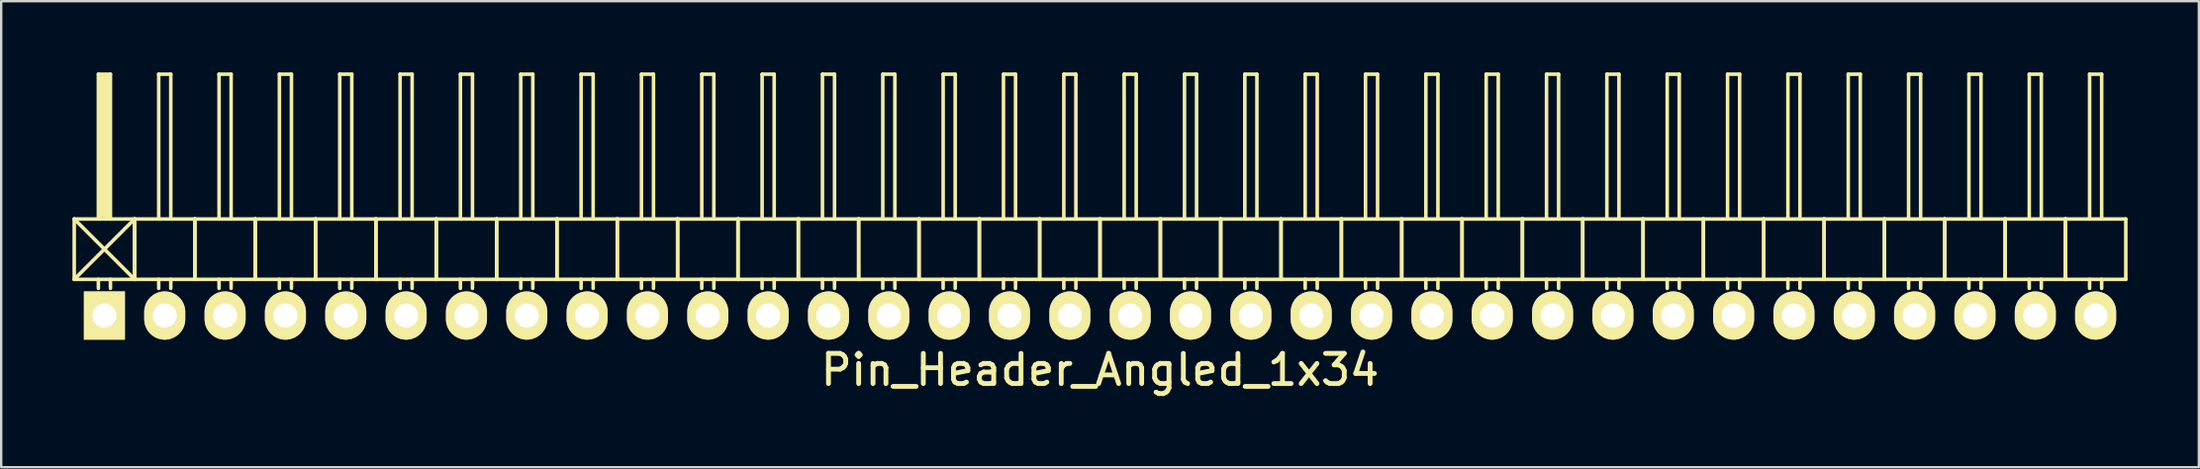
<source format=kicad_pcb>
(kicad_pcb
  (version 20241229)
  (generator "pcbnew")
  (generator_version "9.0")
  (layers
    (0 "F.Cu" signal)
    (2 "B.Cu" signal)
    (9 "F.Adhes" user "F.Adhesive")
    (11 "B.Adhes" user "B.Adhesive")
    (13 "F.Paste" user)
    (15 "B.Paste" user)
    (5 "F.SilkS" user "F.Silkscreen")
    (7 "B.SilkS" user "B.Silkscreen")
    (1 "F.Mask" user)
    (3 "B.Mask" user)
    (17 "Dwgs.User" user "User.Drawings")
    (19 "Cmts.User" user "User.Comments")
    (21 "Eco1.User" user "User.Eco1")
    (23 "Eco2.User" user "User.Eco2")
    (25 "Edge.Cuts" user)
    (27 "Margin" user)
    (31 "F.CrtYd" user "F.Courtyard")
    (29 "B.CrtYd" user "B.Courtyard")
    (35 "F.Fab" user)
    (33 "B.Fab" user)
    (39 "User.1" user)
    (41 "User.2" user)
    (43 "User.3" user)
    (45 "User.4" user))
  (footprint "Pin_Header_Angled_1x34"
    (layer "F.Cu")
    (at 43.255 10.235)
    (property "Reference" "Pin_Header_Angled_1x34" (at 0 2.286 0) (layer "F.SilkS") (effects (font (size 1.27 1.27) (thickness 0.203))))
    (attr through_hole)
    (fp_line (start -43.18 -4.064) (end -40.64 -1.524) (stroke (width 0.15) (type solid)) (layer "F.SilkS"))
    (fp_line (start -43.18 -1.524) (end -43.18 -4.064) (stroke (width 0.15) (type solid)) (layer "F.SilkS"))
    (fp_line (start -43.18 -1.524) (end -40.64 -1.524) (stroke (width 0.15) (type solid)) (layer "F.SilkS"))
    (fp_line (start -42.164 -10.16) (end -41.656 -10.16) (stroke (width 0.15) (type solid)) (layer "F.SilkS"))
    (fp_line (start -42.164 -4.064) (end -42.164 -10.16) (stroke (width 0.15) (type solid)) (layer "F.SilkS"))
    (fp_line (start -42.164 -1.524) (end -42.164 -1.143) (stroke (width 0.15) (type solid)) (layer "F.SilkS"))
    (fp_line (start -42.037 -10.033) (end -41.783 -10.033) (stroke (width 0.15) (type solid)) (layer "F.SilkS"))
    (fp_line (start -42.037 -4.191) (end -42.037 -10.033) (stroke (width 0.15) (type solid)) (layer "F.SilkS"))
    (fp_line (start -41.91 -4.191) (end -41.91 -10.033) (stroke (width 0.15) (type solid)) (layer "F.SilkS"))
    (fp_line (start -41.783 -10.033) (end -41.783 -4.191) (stroke (width 0.15) (type solid)) (layer "F.SilkS"))
    (fp_line (start -41.783 -4.191) (end -41.91 -4.191) (stroke (width 0.15) (type solid)) (layer "F.SilkS"))
    (fp_line (start -41.656 -10.16) (end -41.656 -4.064) (stroke (width 0.15) (type solid)) (layer "F.SilkS"))
    (fp_line (start -41.656 -1.524) (end -41.656 -1.143) (stroke (width 0.15) (type solid)) (layer "F.SilkS"))
    (fp_line (start -40.64 -4.064) (end -43.18 -4.064) (stroke (width 0.15) (type solid)) (layer "F.SilkS"))
    (fp_line (start -40.64 -4.064) (end -43.18 -1.524) (stroke (width 0.15) (type solid)) (layer "F.SilkS"))
    (fp_line (start -40.64 -1.524) (end -40.64 -4.064) (stroke (width 0.15) (type solid)) (layer "F.SilkS"))
    (fp_line (start -40.64 -1.524) (end -40.64 -4.064) (stroke (width 0.15) (type solid)) (layer "F.SilkS"))
    (fp_line (start -40.64 -1.524) (end -38.1 -1.524) (stroke (width 0.15) (type solid)) (layer "F.SilkS"))
    (fp_line (start -39.624 -10.16) (end -39.116 -10.16) (stroke (width 0.15) (type solid)) (layer "F.SilkS"))
    (fp_line (start -39.624 -4.064) (end -39.624 -10.16) (stroke (width 0.15) (type solid)) (layer "F.SilkS"))
    (fp_line (start -39.624 -1.524) (end -39.624 -1.143) (stroke (width 0.15) (type solid)) (layer "F.SilkS"))
    (fp_line (start -39.116 -10.16) (end -39.116 -4.064) (stroke (width 0.15) (type solid)) (layer "F.SilkS"))
    (fp_line (start -39.116 -1.524) (end -39.116 -1.143) (stroke (width 0.15) (type solid)) (layer "F.SilkS"))
    (fp_line (start -38.1 -4.064) (end -40.64 -4.064) (stroke (width 0.15) (type solid)) (layer "F.SilkS"))
    (fp_line (start -38.1 -1.524) (end -38.1 -4.064) (stroke (width 0.15) (type solid)) (layer "F.SilkS"))
    (fp_line (start -38.1 -1.524) (end -38.1 -4.064) (stroke (width 0.15) (type solid)) (layer "F.SilkS"))
    (fp_line (start -38.1 -1.524) (end -35.56 -1.524) (stroke (width 0.15) (type solid)) (layer "F.SilkS"))
    (fp_line (start -37.084 -10.16) (end -36.576 -10.16) (stroke (width 0.15) (type solid)) (layer "F.SilkS"))
    (fp_line (start -37.084 -4.064) (end -37.084 -10.16) (stroke (width 0.15) (type solid)) (layer "F.SilkS"))
    (fp_line (start -37.084 -1.524) (end -37.084 -1.143) (stroke (width 0.15) (type solid)) (layer "F.SilkS"))
    (fp_line (start -36.576 -10.16) (end -36.576 -4.064) (stroke (width 0.15) (type solid)) (layer "F.SilkS"))
    (fp_line (start -36.576 -1.524) (end -36.576 -1.143) (stroke (width 0.15) (type solid)) (layer "F.SilkS"))
    (fp_line (start -35.56 -4.064) (end -38.1 -4.064) (stroke (width 0.15) (type solid)) (layer "F.SilkS"))
    (fp_line (start -35.56 -1.524) (end -35.56 -4.064) (stroke (width 0.15) (type solid)) (layer "F.SilkS"))
    (fp_line (start -35.56 -1.524) (end -35.56 -4.064) (stroke (width 0.15) (type solid)) (layer "F.SilkS"))
    (fp_line (start -35.56 -1.524) (end -33.02 -1.524) (stroke (width 0.15) (type solid)) (layer "F.SilkS"))
    (fp_line (start -34.544 -10.16) (end -34.036 -10.16) (stroke (width 0.15) (type solid)) (layer "F.SilkS"))
    (fp_line (start -34.544 -4.064) (end -34.544 -10.16) (stroke (width 0.15) (type solid)) (layer "F.SilkS"))
    (fp_line (start -34.544 -1.524) (end -34.544 -1.143) (stroke (width 0.15) (type solid)) (layer "F.SilkS"))
    (fp_line (start -34.036 -10.16) (end -34.036 -4.064) (stroke (width 0.15) (type solid)) (layer "F.SilkS"))
    (fp_line (start -34.036 -1.524) (end -34.036 -1.143) (stroke (width 0.15) (type solid)) (layer "F.SilkS"))
    (fp_line (start -33.02 -4.064) (end -35.56 -4.064) (stroke (width 0.15) (type solid)) (layer "F.SilkS"))
    (fp_line (start -33.02 -1.524) (end -33.02 -4.064) (stroke (width 0.15) (type solid)) (layer "F.SilkS"))
    (fp_line (start -33.02 -1.524) (end -33.02 -4.064) (stroke (width 0.15) (type solid)) (layer "F.SilkS"))
    (fp_line (start -33.02 -1.524) (end -30.48 -1.524) (stroke (width 0.15) (type solid)) (layer "F.SilkS"))
    (fp_line (start -32.004 -10.16) (end -31.496 -10.16) (stroke (width 0.15) (type solid)) (layer "F.SilkS"))
    (fp_line (start -32.004 -4.064) (end -32.004 -10.16) (stroke (width 0.15) (type solid)) (layer "F.SilkS"))
    (fp_line (start -32.004 -1.524) (end -32.004 -1.143) (stroke (width 0.15) (type solid)) (layer "F.SilkS"))
    (fp_line (start -31.496 -10.16) (end -31.496 -4.064) (stroke (width 0.15) (type solid)) (layer "F.SilkS"))
    (fp_line (start -31.496 -1.524) (end -31.496 -1.143) (stroke (width 0.15) (type solid)) (layer "F.SilkS"))
    (fp_line (start -30.48 -4.064) (end -33.02 -4.064) (stroke (width 0.15) (type solid)) (layer "F.SilkS"))
    (fp_line (start -30.48 -1.524) (end -30.48 -4.064) (stroke (width 0.15) (type solid)) (layer "F.SilkS"))
    (fp_line (start -30.48 -1.524) (end -30.48 -4.064) (stroke (width 0.15) (type solid)) (layer "F.SilkS"))
    (fp_line (start -30.48 -1.524) (end -27.94 -1.524) (stroke (width 0.15) (type solid)) (layer "F.SilkS"))
    (fp_line (start -29.464 -10.16) (end -28.956 -10.16) (stroke (width 0.15) (type solid)) (layer "F.SilkS"))
    (fp_line (start -29.464 -4.064) (end -29.464 -10.16) (stroke (width 0.15) (type solid)) (layer "F.SilkS"))
    (fp_line (start -29.464 -1.524) (end -29.464 -1.143) (stroke (width 0.15) (type solid)) (layer "F.SilkS"))
    (fp_line (start -28.956 -10.16) (end -28.956 -4.064) (stroke (width 0.15) (type solid)) (layer "F.SilkS"))
    (fp_line (start -28.956 -1.524) (end -28.956 -1.143) (stroke (width 0.15) (type solid)) (layer "F.SilkS"))
    (fp_line (start -27.94 -4.064) (end -30.48 -4.064) (stroke (width 0.15) (type solid)) (layer "F.SilkS"))
    (fp_line (start -27.94 -1.524) (end -27.94 -4.064) (stroke (width 0.15) (type solid)) (layer "F.SilkS"))
    (fp_line (start -27.94 -1.524) (end -27.94 -4.064) (stroke (width 0.15) (type solid)) (layer "F.SilkS"))
    (fp_line (start -27.94 -1.524) (end -25.4 -1.524) (stroke (width 0.15) (type solid)) (layer "F.SilkS"))
    (fp_line (start -26.924 -10.16) (end -26.416 -10.16) (stroke (width 0.15) (type solid)) (layer "F.SilkS"))
    (fp_line (start -26.924 -4.064) (end -26.924 -10.16) (stroke (width 0.15) (type solid)) (layer "F.SilkS"))
    (fp_line (start -26.924 -1.524) (end -26.924 -1.143) (stroke (width 0.15) (type solid)) (layer "F.SilkS"))
    (fp_line (start -26.416 -10.16) (end -26.416 -4.064) (stroke (width 0.15) (type solid)) (layer "F.SilkS"))
    (fp_line (start -26.416 -1.524) (end -26.416 -1.143) (stroke (width 0.15) (type solid)) (layer "F.SilkS"))
    (fp_line (start -25.4 -4.064) (end -27.94 -4.064) (stroke (width 0.15) (type solid)) (layer "F.SilkS"))
    (fp_line (start -25.4 -1.524) (end -25.4 -4.064) (stroke (width 0.15) (type solid)) (layer "F.SilkS"))
    (fp_line (start -25.4 -1.524) (end -25.4 -4.064) (stroke (width 0.15) (type solid)) (layer "F.SilkS"))
    (fp_line (start -25.4 -1.524) (end -22.86 -1.524) (stroke (width 0.15) (type solid)) (layer "F.SilkS"))
    (fp_line (start -24.384 -10.16) (end -23.876 -10.16) (stroke (width 0.15) (type solid)) (layer "F.SilkS"))
    (fp_line (start -24.384 -4.064) (end -24.384 -10.16) (stroke (width 0.15) (type solid)) (layer "F.SilkS"))
    (fp_line (start -24.384 -1.524) (end -24.384 -1.143) (stroke (width 0.15) (type solid)) (layer "F.SilkS"))
    (fp_line (start -23.876 -10.16) (end -23.876 -4.064) (stroke (width 0.15) (type solid)) (layer "F.SilkS"))
    (fp_line (start -23.876 -1.524) (end -23.876 -1.143) (stroke (width 0.15) (type solid)) (layer "F.SilkS"))
    (fp_line (start -22.86 -4.064) (end -25.4 -4.064) (stroke (width 0.15) (type solid)) (layer "F.SilkS"))
    (fp_line (start -22.86 -1.524) (end -22.86 -4.064) (stroke (width 0.15) (type solid)) (layer "F.SilkS"))
    (fp_line (start -22.86 -1.524) (end -22.86 -4.064) (stroke (width 0.15) (type solid)) (layer "F.SilkS"))
    (fp_line (start -22.86 -1.524) (end -20.32 -1.524) (stroke (width 0.15) (type solid)) (layer "F.SilkS"))
    (fp_line (start -21.844 -10.16) (end -21.336 -10.16) (stroke (width 0.15) (type solid)) (layer "F.SilkS"))
    (fp_line (start -21.844 -4.064) (end -21.844 -10.16) (stroke (width 0.15) (type solid)) (layer "F.SilkS"))
    (fp_line (start -21.844 -1.524) (end -21.844 -1.143) (stroke (width 0.15) (type solid)) (layer "F.SilkS"))
    (fp_line (start -21.336 -10.16) (end -21.336 -4.064) (stroke (width 0.15) (type solid)) (layer "F.SilkS"))
    (fp_line (start -21.336 -1.524) (end -21.336 -1.143) (stroke (width 0.15) (type solid)) (layer "F.SilkS"))
    (fp_line (start -20.32 -4.064) (end -22.86 -4.064) (stroke (width 0.15) (type solid)) (layer "F.SilkS"))
    (fp_line (start -20.32 -1.524) (end -20.32 -4.064) (stroke (width 0.15) (type solid)) (layer "F.SilkS"))
    (fp_line (start -20.32 -1.524) (end -20.32 -4.064) (stroke (width 0.15) (type solid)) (layer "F.SilkS"))
    (fp_line (start -20.32 -1.524) (end -17.78 -1.524) (stroke (width 0.15) (type solid)) (layer "F.SilkS"))
    (fp_line (start -19.304 -10.16) (end -18.796 -10.16) (stroke (width 0.15) (type solid)) (layer "F.SilkS"))
    (fp_line (start -19.304 -4.064) (end -19.304 -10.16) (stroke (width 0.15) (type solid)) (layer "F.SilkS"))
    (fp_line (start -19.304 -1.524) (end -19.304 -1.143) (stroke (width 0.15) (type solid)) (layer "F.SilkS"))
    (fp_line (start -18.796 -10.16) (end -18.796 -4.064) (stroke (width 0.15) (type solid)) (layer "F.SilkS"))
    (fp_line (start -18.796 -1.524) (end -18.796 -1.143) (stroke (width 0.15) (type solid)) (layer "F.SilkS"))
    (fp_line (start -17.78 -4.064) (end -20.32 -4.064) (stroke (width 0.15) (type solid)) (layer "F.SilkS"))
    (fp_line (start -17.78 -1.524) (end -17.78 -4.064) (stroke (width 0.15) (type solid)) (layer "F.SilkS"))
    (fp_line (start -17.78 -1.524) (end -17.78 -4.064) (stroke (width 0.15) (type solid)) (layer "F.SilkS"))
    (fp_line (start -17.78 -1.524) (end -15.24 -1.524) (stroke (width 0.15) (type solid)) (layer "F.SilkS"))
    (fp_line (start -16.764 -10.16) (end -16.256 -10.16) (stroke (width 0.15) (type solid)) (layer "F.SilkS"))
    (fp_line (start -16.764 -4.064) (end -16.764 -10.16) (stroke (width 0.15) (type solid)) (layer "F.SilkS"))
    (fp_line (start -16.764 -1.524) (end -16.764 -1.143) (stroke (width 0.15) (type solid)) (layer "F.SilkS"))
    (fp_line (start -16.256 -10.16) (end -16.256 -4.064) (stroke (width 0.15) (type solid)) (layer "F.SilkS"))
    (fp_line (start -16.256 -1.524) (end -16.256 -1.143) (stroke (width 0.15) (type solid)) (layer "F.SilkS"))
    (fp_line (start -15.24 -4.064) (end -17.78 -4.064) (stroke (width 0.15) (type solid)) (layer "F.SilkS"))
    (fp_line (start -15.24 -1.524) (end -15.24 -4.064) (stroke (width 0.15) (type solid)) (layer "F.SilkS"))
    (fp_line (start -15.24 -1.524) (end -15.24 -4.064) (stroke (width 0.15) (type solid)) (layer "F.SilkS"))
    (fp_line (start -15.24 -1.524) (end -12.7 -1.524) (stroke (width 0.15) (type solid)) (layer "F.SilkS"))
    (fp_line (start -14.224 -10.16) (end -13.716 -10.16) (stroke (width 0.15) (type solid)) (layer "F.SilkS"))
    (fp_line (start -14.224 -4.064) (end -14.224 -10.16) (stroke (width 0.15) (type solid)) (layer "F.SilkS"))
    (fp_line (start -14.224 -1.524) (end -14.224 -1.143) (stroke (width 0.15) (type solid)) (layer "F.SilkS"))
    (fp_line (start -13.716 -10.16) (end -13.716 -4.064) (stroke (width 0.15) (type solid)) (layer "F.SilkS"))
    (fp_line (start -13.716 -1.524) (end -13.716 -1.143) (stroke (width 0.15) (type solid)) (layer "F.SilkS"))
    (fp_line (start -12.7 -4.064) (end -15.24 -4.064) (stroke (width 0.15) (type solid)) (layer "F.SilkS"))
    (fp_line (start -12.7 -1.524) (end -12.7 -4.064) (stroke (width 0.15) (type solid)) (layer "F.SilkS"))
    (fp_line (start -12.7 -1.524) (end -12.7 -4.064) (stroke (width 0.15) (type solid)) (layer "F.SilkS"))
    (fp_line (start -12.7 -1.524) (end -10.16 -1.524) (stroke (width 0.15) (type solid)) (layer "F.SilkS"))
    (fp_line (start -11.684 -10.16) (end -11.176 -10.16) (stroke (width 0.15) (type solid)) (layer "F.SilkS"))
    (fp_line (start -11.684 -4.064) (end -11.684 -10.16) (stroke (width 0.15) (type solid)) (layer "F.SilkS"))
    (fp_line (start -11.684 -1.524) (end -11.684 -1.143) (stroke (width 0.15) (type solid)) (layer "F.SilkS"))
    (fp_line (start -11.176 -10.16) (end -11.176 -4.064) (stroke (width 0.15) (type solid)) (layer "F.SilkS"))
    (fp_line (start -11.176 -1.524) (end -11.176 -1.143) (stroke (width 0.15) (type solid)) (layer "F.SilkS"))
    (fp_line (start -10.16 -4.064) (end -12.7 -4.064) (stroke (width 0.15) (type solid)) (layer "F.SilkS"))
    (fp_line (start -10.16 -1.524) (end -10.16 -4.064) (stroke (width 0.15) (type solid)) (layer "F.SilkS"))
    (fp_line (start -10.16 -1.524) (end -10.16 -4.064) (stroke (width 0.15) (type solid)) (layer "F.SilkS"))
    (fp_line (start -10.16 -1.524) (end -7.62 -1.524) (stroke (width 0.15) (type solid)) (layer "F.SilkS"))
    (fp_line (start -9.144 -10.16) (end -8.636 -10.16) (stroke (width 0.15) (type solid)) (layer "F.SilkS"))
    (fp_line (start -9.144 -4.064) (end -9.144 -10.16) (stroke (width 0.15) (type solid)) (layer "F.SilkS"))
    (fp_line (start -9.144 -1.524) (end -9.144 -1.143) (stroke (width 0.15) (type solid)) (layer "F.SilkS"))
    (fp_line (start -8.636 -10.16) (end -8.636 -4.064) (stroke (width 0.15) (type solid)) (layer "F.SilkS"))
    (fp_line (start -8.636 -1.524) (end -8.636 -1.143) (stroke (width 0.15) (type solid)) (layer "F.SilkS"))
    (fp_line (start -7.62 -4.064) (end -10.16 -4.064) (stroke (width 0.15) (type solid)) (layer "F.SilkS"))
    (fp_line (start -7.62 -1.524) (end -7.62 -4.064) (stroke (width 0.15) (type solid)) (layer "F.SilkS"))
    (fp_line (start -7.62 -1.524) (end -7.62 -4.064) (stroke (width 0.15) (type solid)) (layer "F.SilkS"))
    (fp_line (start -7.62 -1.524) (end -5.08 -1.524) (stroke (width 0.15) (type solid)) (layer "F.SilkS"))
    (fp_line (start -6.604 -10.16) (end -6.096 -10.16) (stroke (width 0.15) (type solid)) (layer "F.SilkS"))
    (fp_line (start -6.604 -4.064) (end -6.604 -10.16) (stroke (width 0.15) (type solid)) (layer "F.SilkS"))
    (fp_line (start -6.604 -1.524) (end -6.604 -1.143) (stroke (width 0.15) (type solid)) (layer "F.SilkS"))
    (fp_line (start -6.096 -10.16) (end -6.096 -4.064) (stroke (width 0.15) (type solid)) (layer "F.SilkS"))
    (fp_line (start -6.096 -1.524) (end -6.096 -1.143) (stroke (width 0.15) (type solid)) (layer "F.SilkS"))
    (fp_line (start -5.08 -4.064) (end -7.62 -4.064) (stroke (width 0.15) (type solid)) (layer "F.SilkS"))
    (fp_line (start -5.08 -1.524) (end -5.08 -4.064) (stroke (width 0.15) (type solid)) (layer "F.SilkS"))
    (fp_line (start -5.08 -1.524) (end -5.08 -4.064) (stroke (width 0.15) (type solid)) (layer "F.SilkS"))
    (fp_line (start -5.08 -1.524) (end -2.54 -1.524) (stroke (width 0.15) (type solid)) (layer "F.SilkS"))
    (fp_line (start -4.064 -10.16) (end -3.556 -10.16) (stroke (width 0.15) (type solid)) (layer "F.SilkS"))
    (fp_line (start -4.064 -4.064) (end -4.064 -10.16) (stroke (width 0.15) (type solid)) (layer "F.SilkS"))
    (fp_line (start -4.064 -1.524) (end -4.064 -1.143) (stroke (width 0.15) (type solid)) (layer "F.SilkS"))
    (fp_line (start -3.556 -10.16) (end -3.556 -4.064) (stroke (width 0.15) (type solid)) (layer "F.SilkS"))
    (fp_line (start -3.556 -1.524) (end -3.556 -1.143) (stroke (width 0.15) (type solid)) (layer "F.SilkS"))
    (fp_line (start -2.54 -4.064) (end -5.08 -4.064) (stroke (width 0.15) (type solid)) (layer "F.SilkS"))
    (fp_line (start -2.54 -1.524) (end -2.54 -4.064) (stroke (width 0.15) (type solid)) (layer "F.SilkS"))
    (fp_line (start -2.54 -1.524) (end -2.54 -4.064) (stroke (width 0.15) (type solid)) (layer "F.SilkS"))
    (fp_line (start -2.54 -1.524) (end 0 -1.524) (stroke (width 0.15) (type solid)) (layer "F.SilkS"))
    (fp_line (start -1.524 -10.16) (end -1.016 -10.16) (stroke (width 0.15) (type solid)) (layer "F.SilkS"))
    (fp_line (start -1.524 -4.064) (end -1.524 -10.16) (stroke (width 0.15) (type solid)) (layer "F.SilkS"))
    (fp_line (start -1.524 -1.524) (end -1.524 -1.143) (stroke (width 0.15) (type solid)) (layer "F.SilkS"))
    (fp_line (start -1.016 -10.16) (end -1.016 -4.064) (stroke (width 0.15) (type solid)) (layer "F.SilkS"))
    (fp_line (start -1.016 -1.524) (end -1.016 -1.143) (stroke (width 0.15) (type solid)) (layer "F.SilkS"))
    (fp_line (start 0 -4.064) (end -2.54 -4.064) (stroke (width 0.15) (type solid)) (layer "F.SilkS"))
    (fp_line (start 0 -1.524) (end 0 -4.064) (stroke (width 0.15) (type solid)) (layer "F.SilkS"))
    (fp_line (start 0 -1.524) (end 0 -4.064) (stroke (width 0.15) (type solid)) (layer "F.SilkS"))
    (fp_line (start 0 -1.524) (end 2.54 -1.524) (stroke (width 0.15) (type solid)) (layer "F.SilkS"))
    (fp_line (start 1.016 -10.16) (end 1.524 -10.16) (stroke (width 0.15) (type solid)) (layer "F.SilkS"))
    (fp_line (start 1.016 -4.064) (end 1.016 -10.16) (stroke (width 0.15) (type solid)) (layer "F.SilkS"))
    (fp_line (start 1.016 -1.524) (end 1.016 -1.143) (stroke (width 0.15) (type solid)) (layer "F.SilkS"))
    (fp_line (start 1.524 -10.16) (end 1.524 -4.064) (stroke (width 0.15) (type solid)) (layer "F.SilkS"))
    (fp_line (start 1.524 -1.524) (end 1.524 -1.143) (stroke (width 0.15) (type solid)) (layer "F.SilkS"))
    (fp_line (start 2.54 -4.064) (end 0 -4.064) (stroke (width 0.15) (type solid)) (layer "F.SilkS"))
    (fp_line (start 2.54 -1.524) (end 2.54 -4.064) (stroke (width 0.15) (type solid)) (layer "F.SilkS"))
    (fp_line (start 2.54 -1.524) (end 2.54 -4.064) (stroke (width 0.15) (type solid)) (layer "F.SilkS"))
    (fp_line (start 2.54 -1.524) (end 5.08 -1.524) (stroke (width 0.15) (type solid)) (layer "F.SilkS"))
    (fp_line (start 3.556 -10.16) (end 4.064 -10.16) (stroke (width 0.15) (type solid)) (layer "F.SilkS"))
    (fp_line (start 3.556 -4.064) (end 3.556 -10.16) (stroke (width 0.15) (type solid)) (layer "F.SilkS"))
    (fp_line (start 3.556 -1.524) (end 3.556 -1.143) (stroke (width 0.15) (type solid)) (layer "F.SilkS"))
    (fp_line (start 4.064 -10.16) (end 4.064 -4.064) (stroke (width 0.15) (type solid)) (layer "F.SilkS"))
    (fp_line (start 4.064 -1.524) (end 4.064 -1.143) (stroke (width 0.15) (type solid)) (layer "F.SilkS"))
    (fp_line (start 5.08 -4.064) (end 2.54 -4.064) (stroke (width 0.15) (type solid)) (layer "F.SilkS"))
    (fp_line (start 5.08 -1.524) (end 5.08 -4.064) (stroke (width 0.15) (type solid)) (layer "F.SilkS"))
    (fp_line (start 5.08 -1.524) (end 5.08 -4.064) (stroke (width 0.15) (type solid)) (layer "F.SilkS"))
    (fp_line (start 5.08 -1.524) (end 7.62 -1.524) (stroke (width 0.15) (type solid)) (layer "F.SilkS"))
    (fp_line (start 6.096 -10.16) (end 6.604 -10.16) (stroke (width 0.15) (type solid)) (layer "F.SilkS"))
    (fp_line (start 6.096 -4.064) (end 6.096 -10.16) (stroke (width 0.15) (type solid)) (layer "F.SilkS"))
    (fp_line (start 6.096 -1.524) (end 6.096 -1.143) (stroke (width 0.15) (type solid)) (layer "F.SilkS"))
    (fp_line (start 6.604 -10.16) (end 6.604 -4.064) (stroke (width 0.15) (type solid)) (layer "F.SilkS"))
    (fp_line (start 6.604 -1.524) (end 6.604 -1.143) (stroke (width 0.15) (type solid)) (layer "F.SilkS"))
    (fp_line (start 7.62 -4.064) (end 5.08 -4.064) (stroke (width 0.15) (type solid)) (layer "F.SilkS"))
    (fp_line (start 7.62 -1.524) (end 7.62 -4.064) (stroke (width 0.15) (type solid)) (layer "F.SilkS"))
    (fp_line (start 7.62 -1.524) (end 7.62 -4.064) (stroke (width 0.15) (type solid)) (layer "F.SilkS"))
    (fp_line (start 7.62 -1.524) (end 10.16 -1.524) (stroke (width 0.15) (type solid)) (layer "F.SilkS"))
    (fp_line (start 8.636 -10.16) (end 9.144 -10.16) (stroke (width 0.15) (type solid)) (layer "F.SilkS"))
    (fp_line (start 8.636 -4.064) (end 8.636 -10.16) (stroke (width 0.15) (type solid)) (layer "F.SilkS"))
    (fp_line (start 8.636 -1.524) (end 8.636 -1.143) (stroke (width 0.15) (type solid)) (layer "F.SilkS"))
    (fp_line (start 9.144 -10.16) (end 9.144 -4.064) (stroke (width 0.15) (type solid)) (layer "F.SilkS"))
    (fp_line (start 9.144 -1.524) (end 9.144 -1.143) (stroke (width 0.15) (type solid)) (layer "F.SilkS"))
    (fp_line (start 10.16 -4.064) (end 7.62 -4.064) (stroke (width 0.15) (type solid)) (layer "F.SilkS"))
    (fp_line (start 10.16 -1.524) (end 10.16 -4.064) (stroke (width 0.15) (type solid)) (layer "F.SilkS"))
    (fp_line (start 10.16 -1.524) (end 10.16 -4.064) (stroke (width 0.15) (type solid)) (layer "F.SilkS"))
    (fp_line (start 10.16 -1.524) (end 12.7 -1.524) (stroke (width 0.15) (type solid)) (layer "F.SilkS"))
    (fp_line (start 11.176 -10.16) (end 11.684 -10.16) (stroke (width 0.15) (type solid)) (layer "F.SilkS"))
    (fp_line (start 11.176 -4.064) (end 11.176 -10.16) (stroke (width 0.15) (type solid)) (layer "F.SilkS"))
    (fp_line (start 11.176 -1.524) (end 11.176 -1.143) (stroke (width 0.15) (type solid)) (layer "F.SilkS"))
    (fp_line (start 11.684 -10.16) (end 11.684 -4.064) (stroke (width 0.15) (type solid)) (layer "F.SilkS"))
    (fp_line (start 11.684 -1.524) (end 11.684 -1.143) (stroke (width 0.15) (type solid)) (layer "F.SilkS"))
    (fp_line (start 12.7 -4.064) (end 10.16 -4.064) (stroke (width 0.15) (type solid)) (layer "F.SilkS"))
    (fp_line (start 12.7 -1.524) (end 12.7 -4.064) (stroke (width 0.15) (type solid)) (layer "F.SilkS"))
    (fp_line (start 12.7 -1.524) (end 12.7 -4.064) (stroke (width 0.15) (type solid)) (layer "F.SilkS"))
    (fp_line (start 12.7 -1.524) (end 15.24 -1.524) (stroke (width 0.15) (type solid)) (layer "F.SilkS"))
    (fp_line (start 13.716 -10.16) (end 14.224 -10.16) (stroke (width 0.15) (type solid)) (layer "F.SilkS"))
    (fp_line (start 13.716 -4.064) (end 13.716 -10.16) (stroke (width 0.15) (type solid)) (layer "F.SilkS"))
    (fp_line (start 13.716 -1.524) (end 13.716 -1.143) (stroke (width 0.15) (type solid)) (layer "F.SilkS"))
    (fp_line (start 14.224 -10.16) (end 14.224 -4.064) (stroke (width 0.15) (type solid)) (layer "F.SilkS"))
    (fp_line (start 14.224 -1.524) (end 14.224 -1.143) (stroke (width 0.15) (type solid)) (layer "F.SilkS"))
    (fp_line (start 15.24 -4.064) (end 12.7 -4.064) (stroke (width 0.15) (type solid)) (layer "F.SilkS"))
    (fp_line (start 15.24 -1.524) (end 15.24 -4.064) (stroke (width 0.15) (type solid)) (layer "F.SilkS"))
    (fp_line (start 15.24 -1.524) (end 15.24 -4.064) (stroke (width 0.15) (type solid)) (layer "F.SilkS"))
    (fp_line (start 15.24 -1.524) (end 17.78 -1.524) (stroke (width 0.15) (type solid)) (layer "F.SilkS"))
    (fp_line (start 16.256 -10.16) (end 16.764 -10.16) (stroke (width 0.15) (type solid)) (layer "F.SilkS"))
    (fp_line (start 16.256 -4.064) (end 16.256 -10.16) (stroke (width 0.15) (type solid)) (layer "F.SilkS"))
    (fp_line (start 16.256 -1.524) (end 16.256 -1.143) (stroke (width 0.15) (type solid)) (layer "F.SilkS"))
    (fp_line (start 16.764 -10.16) (end 16.764 -4.064) (stroke (width 0.15) (type solid)) (layer "F.SilkS"))
    (fp_line (start 16.764 -1.524) (end 16.764 -1.143) (stroke (width 0.15) (type solid)) (layer "F.SilkS"))
    (fp_line (start 17.78 -4.064) (end 15.24 -4.064) (stroke (width 0.15) (type solid)) (layer "F.SilkS"))
    (fp_line (start 17.78 -1.524) (end 17.78 -4.064) (stroke (width 0.15) (type solid)) (layer "F.SilkS"))
    (fp_line (start 17.78 -1.524) (end 17.78 -4.064) (stroke (width 0.15) (type solid)) (layer "F.SilkS"))
    (fp_line (start 17.78 -1.524) (end 20.32 -1.524) (stroke (width 0.15) (type solid)) (layer "F.SilkS"))
    (fp_line (start 18.796 -10.16) (end 19.304 -10.16) (stroke (width 0.15) (type solid)) (layer "F.SilkS"))
    (fp_line (start 18.796 -4.064) (end 18.796 -10.16) (stroke (width 0.15) (type solid)) (layer "F.SilkS"))
    (fp_line (start 18.796 -1.524) (end 18.796 -1.143) (stroke (width 0.15) (type solid)) (layer "F.SilkS"))
    (fp_line (start 19.304 -10.16) (end 19.304 -4.064) (stroke (width 0.15) (type solid)) (layer "F.SilkS"))
    (fp_line (start 19.304 -1.524) (end 19.304 -1.143) (stroke (width 0.15) (type solid)) (layer "F.SilkS"))
    (fp_line (start 20.32 -4.064) (end 17.78 -4.064) (stroke (width 0.15) (type solid)) (layer "F.SilkS"))
    (fp_line (start 20.32 -1.524) (end 20.32 -4.064) (stroke (width 0.15) (type solid)) (layer "F.SilkS"))
    (fp_line (start 20.32 -1.524) (end 20.32 -4.064) (stroke (width 0.15) (type solid)) (layer "F.SilkS"))
    (fp_line (start 20.32 -1.524) (end 22.86 -1.524) (stroke (width 0.15) (type solid)) (layer "F.SilkS"))
    (fp_line (start 21.336 -10.16) (end 21.844 -10.16) (stroke (width 0.15) (type solid)) (layer "F.SilkS"))
    (fp_line (start 21.336 -4.064) (end 21.336 -10.16) (stroke (width 0.15) (type solid)) (layer "F.SilkS"))
    (fp_line (start 21.336 -1.524) (end 21.336 -1.143) (stroke (width 0.15) (type solid)) (layer "F.SilkS"))
    (fp_line (start 21.844 -10.16) (end 21.844 -4.064) (stroke (width 0.15) (type solid)) (layer "F.SilkS"))
    (fp_line (start 21.844 -1.524) (end 21.844 -1.143) (stroke (width 0.15) (type solid)) (layer "F.SilkS"))
    (fp_line (start 22.86 -4.064) (end 20.32 -4.064) (stroke (width 0.15) (type solid)) (layer "F.SilkS"))
    (fp_line (start 22.86 -1.524) (end 22.86 -4.064) (stroke (width 0.15) (type solid)) (layer "F.SilkS"))
    (fp_line (start 22.86 -1.524) (end 22.86 -4.064) (stroke (width 0.15) (type solid)) (layer "F.SilkS"))
    (fp_line (start 22.86 -1.524) (end 25.4 -1.524) (stroke (width 0.15) (type solid)) (layer "F.SilkS"))
    (fp_line (start 23.876 -10.16) (end 24.384 -10.16) (stroke (width 0.15) (type solid)) (layer "F.SilkS"))
    (fp_line (start 23.876 -4.064) (end 23.876 -10.16) (stroke (width 0.15) (type solid)) (layer "F.SilkS"))
    (fp_line (start 23.876 -1.524) (end 23.876 -1.143) (stroke (width 0.15) (type solid)) (layer "F.SilkS"))
    (fp_line (start 24.384 -10.16) (end 24.384 -4.064) (stroke (width 0.15) (type solid)) (layer "F.SilkS"))
    (fp_line (start 24.384 -1.524) (end 24.384 -1.143) (stroke (width 0.15) (type solid)) (layer "F.SilkS"))
    (fp_line (start 25.4 -4.064) (end 22.86 -4.064) (stroke (width 0.15) (type solid)) (layer "F.SilkS"))
    (fp_line (start 25.4 -1.524) (end 25.4 -4.064) (stroke (width 0.15) (type solid)) (layer "F.SilkS"))
    (fp_line (start 25.4 -1.524) (end 25.4 -4.064) (stroke (width 0.15) (type solid)) (layer "F.SilkS"))
    (fp_line (start 25.4 -1.524) (end 27.94 -1.524) (stroke (width 0.15) (type solid)) (layer "F.SilkS"))
    (fp_line (start 26.416 -10.16) (end 26.924 -10.16) (stroke (width 0.15) (type solid)) (layer "F.SilkS"))
    (fp_line (start 26.416 -4.064) (end 26.416 -10.16) (stroke (width 0.15) (type solid)) (layer "F.SilkS"))
    (fp_line (start 26.416 -1.524) (end 26.416 -1.143) (stroke (width 0.15) (type solid)) (layer "F.SilkS"))
    (fp_line (start 26.924 -10.16) (end 26.924 -4.064) (stroke (width 0.15) (type solid)) (layer "F.SilkS"))
    (fp_line (start 26.924 -1.524) (end 26.924 -1.143) (stroke (width 0.15) (type solid)) (layer "F.SilkS"))
    (fp_line (start 27.94 -4.064) (end 25.4 -4.064) (stroke (width 0.15) (type solid)) (layer "F.SilkS"))
    (fp_line (start 27.94 -1.524) (end 27.94 -4.064) (stroke (width 0.15) (type solid)) (layer "F.SilkS"))
    (fp_line (start 27.94 -1.524) (end 27.94 -4.064) (stroke (width 0.15) (type solid)) (layer "F.SilkS"))
    (fp_line (start 27.94 -1.524) (end 30.48 -1.524) (stroke (width 0.15) (type solid)) (layer "F.SilkS"))
    (fp_line (start 28.956 -10.16) (end 29.464 -10.16) (stroke (width 0.15) (type solid)) (layer "F.SilkS"))
    (fp_line (start 28.956 -4.064) (end 28.956 -10.16) (stroke (width 0.15) (type solid)) (layer "F.SilkS"))
    (fp_line (start 28.956 -1.524) (end 28.956 -1.143) (stroke (width 0.15) (type solid)) (layer "F.SilkS"))
    (fp_line (start 29.464 -10.16) (end 29.464 -4.064) (stroke (width 0.15) (type solid)) (layer "F.SilkS"))
    (fp_line (start 29.464 -1.524) (end 29.464 -1.143) (stroke (width 0.15) (type solid)) (layer "F.SilkS"))
    (fp_line (start 30.48 -4.064) (end 27.94 -4.064) (stroke (width 0.15) (type solid)) (layer "F.SilkS"))
    (fp_line (start 30.48 -1.524) (end 30.48 -4.064) (stroke (width 0.15) (type solid)) (layer "F.SilkS"))
    (fp_line (start 30.48 -1.524) (end 30.48 -4.064) (stroke (width 0.15) (type solid)) (layer "F.SilkS"))
    (fp_line (start 30.48 -1.524) (end 33.02 -1.524) (stroke (width 0.15) (type solid)) (layer "F.SilkS"))
    (fp_line (start 31.496 -10.16) (end 32.004 -10.16) (stroke (width 0.15) (type solid)) (layer "F.SilkS"))
    (fp_line (start 31.496 -4.064) (end 31.496 -10.16) (stroke (width 0.15) (type solid)) (layer "F.SilkS"))
    (fp_line (start 31.496 -1.524) (end 31.496 -1.143) (stroke (width 0.15) (type solid)) (layer "F.SilkS"))
    (fp_line (start 32.004 -10.16) (end 32.004 -4.064) (stroke (width 0.15) (type solid)) (layer "F.SilkS"))
    (fp_line (start 32.004 -1.524) (end 32.004 -1.143) (stroke (width 0.15) (type solid)) (layer "F.SilkS"))
    (fp_line (start 33.02 -4.064) (end 30.48 -4.064) (stroke (width 0.15) (type solid)) (layer "F.SilkS"))
    (fp_line (start 33.02 -1.524) (end 33.02 -4.064) (stroke (width 0.15) (type solid)) (layer "F.SilkS"))
    (fp_line (start 33.02 -1.524) (end 33.02 -4.064) (stroke (width 0.15) (type solid)) (layer "F.SilkS"))
    (fp_line (start 33.02 -1.524) (end 35.56 -1.524) (stroke (width 0.15) (type solid)) (layer "F.SilkS"))
    (fp_line (start 34.036 -10.16) (end 34.544 -10.16) (stroke (width 0.15) (type solid)) (layer "F.SilkS"))
    (fp_line (start 34.036 -4.064) (end 34.036 -10.16) (stroke (width 0.15) (type solid)) (layer "F.SilkS"))
    (fp_line (start 34.036 -1.524) (end 34.036 -1.143) (stroke (width 0.15) (type solid)) (layer "F.SilkS"))
    (fp_line (start 34.544 -10.16) (end 34.544 -4.064) (stroke (width 0.15) (type solid)) (layer "F.SilkS"))
    (fp_line (start 34.544 -1.524) (end 34.544 -1.143) (stroke (width 0.15) (type solid)) (layer "F.SilkS"))
    (fp_line (start 35.56 -4.064) (end 33.02 -4.064) (stroke (width 0.15) (type solid)) (layer "F.SilkS"))
    (fp_line (start 35.56 -1.524) (end 35.56 -4.064) (stroke (width 0.15) (type solid)) (layer "F.SilkS"))
    (fp_line (start 35.56 -1.524) (end 35.56 -4.064) (stroke (width 0.15) (type solid)) (layer "F.SilkS"))
    (fp_line (start 35.56 -1.524) (end 38.1 -1.524) (stroke (width 0.15) (type solid)) (layer "F.SilkS"))
    (fp_line (start 36.576 -10.16) (end 37.084 -10.16) (stroke (width 0.15) (type solid)) (layer "F.SilkS"))
    (fp_line (start 36.576 -4.064) (end 36.576 -10.16) (stroke (width 0.15) (type solid)) (layer "F.SilkS"))
    (fp_line (start 36.576 -1.524) (end 36.576 -1.143) (stroke (width 0.15) (type solid)) (layer "F.SilkS"))
    (fp_line (start 37.084 -10.16) (end 37.084 -4.064) (stroke (width 0.15) (type solid)) (layer "F.SilkS"))
    (fp_line (start 37.084 -1.524) (end 37.084 -1.143) (stroke (width 0.15) (type solid)) (layer "F.SilkS"))
    (fp_line (start 38.1 -4.064) (end 35.56 -4.064) (stroke (width 0.15) (type solid)) (layer "F.SilkS"))
    (fp_line (start 38.1 -1.524) (end 38.1 -4.064) (stroke (width 0.15) (type solid)) (layer "F.SilkS"))
    (fp_line (start 38.1 -1.524) (end 38.1 -4.064) (stroke (width 0.15) (type solid)) (layer "F.SilkS"))
    (fp_line (start 38.1 -1.524) (end 40.64 -1.524) (stroke (width 0.15) (type solid)) (layer "F.SilkS"))
    (fp_line (start 39.116 -10.16) (end 39.624 -10.16) (stroke (width 0.15) (type solid)) (layer "F.SilkS"))
    (fp_line (start 39.116 -4.064) (end 39.116 -10.16) (stroke (width 0.15) (type solid)) (layer "F.SilkS"))
    (fp_line (start 39.116 -1.524) (end 39.116 -1.143) (stroke (width 0.15) (type solid)) (layer "F.SilkS"))
    (fp_line (start 39.624 -10.16) (end 39.624 -4.064) (stroke (width 0.15) (type solid)) (layer "F.SilkS"))
    (fp_line (start 39.624 -1.524) (end 39.624 -1.143) (stroke (width 0.15) (type solid)) (layer "F.SilkS"))
    (fp_line (start 40.64 -4.064) (end 38.1 -4.064) (stroke (width 0.15) (type solid)) (layer "F.SilkS"))
    (fp_line (start 40.64 -1.524) (end 40.64 -4.064) (stroke (width 0.15) (type solid)) (layer "F.SilkS"))
    (fp_line (start 40.64 -1.524) (end 40.64 -4.064) (stroke (width 0.15) (type solid)) (layer "F.SilkS"))
    (fp_line (start 40.64 -1.524) (end 43.18 -1.524) (stroke (width 0.15) (type solid)) (layer "F.SilkS"))
    (fp_line (start 41.656 -10.16) (end 42.164 -10.16) (stroke (width 0.15) (type solid)) (layer "F.SilkS"))
    (fp_line (start 41.656 -4.064) (end 41.656 -10.16) (stroke (width 0.15) (type solid)) (layer "F.SilkS"))
    (fp_line (start 41.656 -1.524) (end 41.656 -1.143) (stroke (width 0.15) (type solid)) (layer "F.SilkS"))
    (fp_line (start 42.164 -10.16) (end 42.164 -4.064) (stroke (width 0.15) (type solid)) (layer "F.SilkS"))
    (fp_line (start 42.164 -1.524) (end 42.164 -1.143) (stroke (width 0.15) (type solid)) (layer "F.SilkS"))
    (fp_line (start 43.18 -4.064) (end 40.64 -4.064) (stroke (width 0.15) (type solid)) (layer "F.SilkS"))
    (fp_line (start 43.18 -1.524) (end 43.18 -4.064) (stroke (width 0.15) (type solid)) (layer "F.SilkS"))
    (pad "1" thru_hole rect (at -41.91 0) (size 1.727 2.032) (drill 1.016) (layers "*.Cu" "*.Mask" "F.SilkS"))
    (pad "2" thru_hole oval (at -39.37 0) (size 1.727 2.032) (drill 1.016) (layers "*.Cu" "*.Mask" "F.SilkS"))
    (pad "3" thru_hole oval (at -36.83 0) (size 1.727 2.032) (drill 1.016) (layers "*.Cu" "*.Mask" "F.SilkS"))
    (pad "4" thru_hole oval (at -34.29 0) (size 1.727 2.032) (drill 1.016) (layers "*.Cu" "*.Mask" "F.SilkS"))
    (pad "5" thru_hole oval (at -31.75 0) (size 1.727 2.032) (drill 1.016) (layers "*.Cu" "*.Mask" "F.SilkS"))
    (pad "6" thru_hole oval (at -29.21 0) (size 1.727 2.032) (drill 1.016) (layers "*.Cu" "*.Mask" "F.SilkS"))
    (pad "7" thru_hole oval (at -26.67 0) (size 1.727 2.032) (drill 1.016) (layers "*.Cu" "*.Mask" "F.SilkS"))
    (pad "8" thru_hole oval (at -24.13 0) (size 1.727 2.032) (drill 1.016) (layers "*.Cu" "*.Mask" "F.SilkS"))
    (pad "9" thru_hole oval (at -21.59 0) (size 1.727 2.032) (drill 1.016) (layers "*.Cu" "*.Mask" "F.SilkS"))
    (pad "10" thru_hole oval (at -19.05 0) (size 1.727 2.032) (drill 1.016) (layers "*.Cu" "*.Mask" "F.SilkS"))
    (pad "11" thru_hole oval (at -16.51 0) (size 1.727 2.032) (drill 1.016) (layers "*.Cu" "*.Mask" "F.SilkS"))
    (pad "12" thru_hole oval (at -13.97 0) (size 1.727 2.032) (drill 1.016) (layers "*.Cu" "*.Mask" "F.SilkS"))
    (pad "13" thru_hole oval (at -11.43 0) (size 1.727 2.032) (drill 1.016) (layers "*.Cu" "*.Mask" "F.SilkS"))
    (pad "14" thru_hole oval (at -8.89 0) (size 1.727 2.032) (drill 1.016) (layers "*.Cu" "*.Mask" "F.SilkS"))
    (pad "15" thru_hole oval (at -6.35 0) (size 1.727 2.032) (drill 1.016) (layers "*.Cu" "*.Mask" "F.SilkS"))
    (pad "16" thru_hole oval (at -3.81 0) (size 1.727 2.032) (drill 1.016) (layers "*.Cu" "*.Mask" "F.SilkS"))
    (pad "17" thru_hole oval (at -1.27 0) (size 1.727 2.032) (drill 1.016) (layers "*.Cu" "*.Mask" "F.SilkS"))
    (pad "18" thru_hole oval (at 1.27 0) (size 1.727 2.032) (drill 1.016) (layers "*.Cu" "*.Mask" "F.SilkS"))
    (pad "19" thru_hole oval (at 3.81 0) (size 1.727 2.032) (drill 1.016) (layers "*.Cu" "*.Mask" "F.SilkS"))
    (pad "20" thru_hole oval (at 6.35 0) (size 1.727 2.032) (drill 1.016) (layers "*.Cu" "*.Mask" "F.SilkS"))
    (pad "21" thru_hole oval (at 8.89 0) (size 1.727 2.032) (drill 1.016) (layers "*.Cu" "*.Mask" "F.SilkS"))
    (pad "22" thru_hole oval (at 11.43 0) (size 1.727 2.032) (drill 1.016) (layers "*.Cu" "*.Mask" "F.SilkS"))
    (pad "23" thru_hole oval (at 13.97 0) (size 1.727 2.032) (drill 1.016) (layers "*.Cu" "*.Mask" "F.SilkS"))
    (pad "24" thru_hole oval (at 16.51 0) (size 1.727 2.032) (drill 1.016) (layers "*.Cu" "*.Mask" "F.SilkS"))
    (pad "25" thru_hole oval (at 19.05 0) (size 1.727 2.032) (drill 1.016) (layers "*.Cu" "*.Mask" "F.SilkS"))
    (pad "26" thru_hole oval (at 21.59 0) (size 1.727 2.032) (drill 1.016) (layers "*.Cu" "*.Mask" "F.SilkS"))
    (pad "27" thru_hole oval (at 24.13 0) (size 1.727 2.032) (drill 1.016) (layers "*.Cu" "*.Mask" "F.SilkS"))
    (pad "28" thru_hole oval (at 26.67 0) (size 1.727 2.032) (drill 1.016) (layers "*.Cu" "*.Mask" "F.SilkS"))
    (pad "29" thru_hole oval (at 29.21 0) (size 1.727 2.032) (drill 1.016) (layers "*.Cu" "*.Mask" "F.SilkS"))
    (pad "30" thru_hole oval (at 31.75 0) (size 1.727 2.032) (drill 1.016) (layers "*.Cu" "*.Mask" "F.SilkS"))
    (pad "31" thru_hole oval (at 34.29 0) (size 1.727 2.032) (drill 1.016) (layers "*.Cu" "*.Mask" "F.SilkS"))
    (pad "32" thru_hole oval (at 36.83 0) (size 1.727 2.032) (drill 1.016) (layers "*.Cu" "*.Mask" "F.SilkS"))
    (pad "33" thru_hole oval (at 39.37 0) (size 1.727 2.032) (drill 1.016) (layers "*.Cu" "*.Mask" "F.SilkS"))
    (pad "34" thru_hole oval (at 41.91 0) (size 1.727 2.032) (drill 1.016) (layers "*.Cu" "*.Mask" "F.SilkS")))
  (gr_rect
    (start -3 -3)
    (end 89.51 16.621)
    (stroke (width 0.1) (type default))
    (fill no)
    (layer "Edge.Cuts")))
</source>
